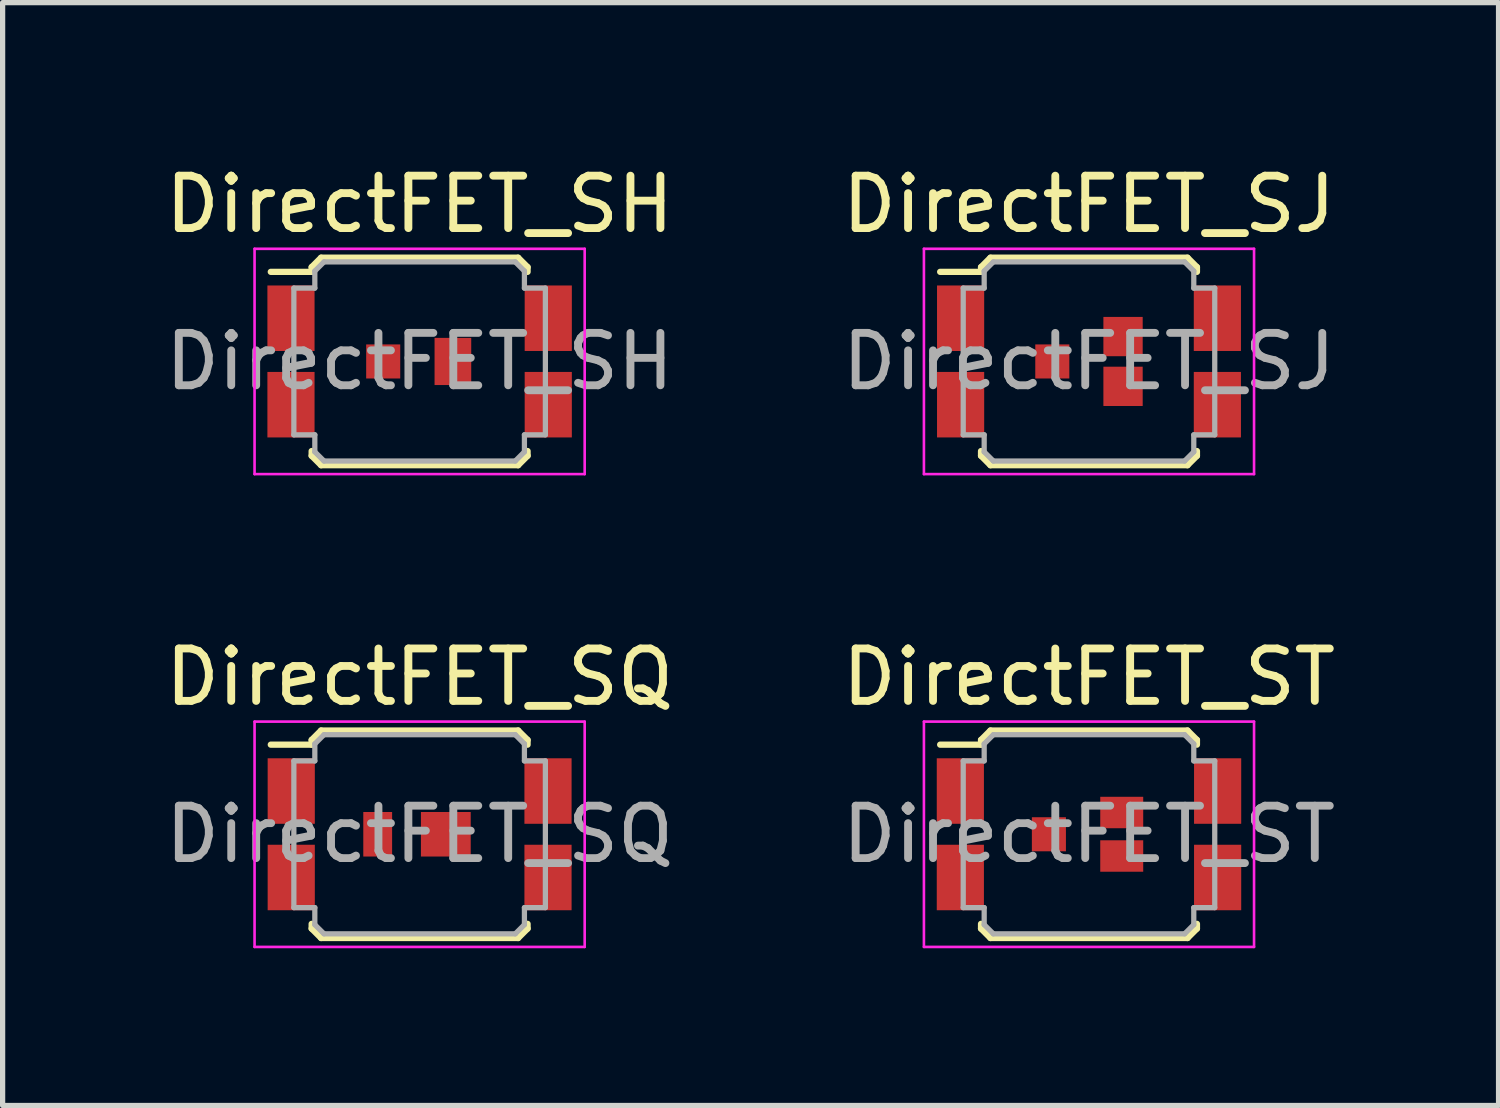
<source format=kicad_pcb>
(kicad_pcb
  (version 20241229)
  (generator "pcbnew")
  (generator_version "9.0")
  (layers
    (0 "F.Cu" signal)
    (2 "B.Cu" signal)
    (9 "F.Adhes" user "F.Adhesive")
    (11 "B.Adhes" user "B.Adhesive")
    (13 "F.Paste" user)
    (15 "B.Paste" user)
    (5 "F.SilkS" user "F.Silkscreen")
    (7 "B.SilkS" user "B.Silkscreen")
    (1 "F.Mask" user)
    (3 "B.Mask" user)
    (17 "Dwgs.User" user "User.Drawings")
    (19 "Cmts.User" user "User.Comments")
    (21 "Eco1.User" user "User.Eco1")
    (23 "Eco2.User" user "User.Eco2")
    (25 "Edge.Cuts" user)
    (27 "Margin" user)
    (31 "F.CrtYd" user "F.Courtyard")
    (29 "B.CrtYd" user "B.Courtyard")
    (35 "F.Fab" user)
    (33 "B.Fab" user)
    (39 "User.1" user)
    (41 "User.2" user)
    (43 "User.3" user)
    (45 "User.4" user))
  (footprint "DirectFET_ST"
    (layer "F.Cu")
    (at 17.732 12.871)
    (property "Reference" "DirectFET_ST" (at 0 -3 0) (layer "F.SilkS") (effects (font (size 1 1) (thickness 0.15))))
    (attr smd)
    (fp_line (start -2.84 -1.71) (end -2.06 -1.71) (stroke (width 0.12) (type solid)) (layer "F.SilkS"))
    (fp_line (start -2.06 -1.8) (end -1.88 -1.98) (stroke (width 0.12) (type solid)) (layer "F.SilkS"))
    (fp_line (start -2.06 -1.71) (end -2.06 -1.8) (stroke (width 0.12) (type solid)) (layer "F.SilkS"))
    (fp_line (start -2.06 1.71) (end -2.06 1.8) (stroke (width 0.12) (type solid)) (layer "F.SilkS"))
    (fp_line (start -2.06 1.8) (end -1.88 1.98) (stroke (width 0.12) (type solid)) (layer "F.SilkS"))
    (fp_line (start -1.88 -1.98) (end 1.88 -1.98) (stroke (width 0.12) (type solid)) (layer "F.SilkS"))
    (fp_line (start -1.88 1.98) (end 1.88 1.98) (stroke (width 0.12) (type solid)) (layer "F.SilkS"))
    (fp_line (start 2.06 -1.8) (end 1.88 -1.98) (stroke (width 0.12) (type solid)) (layer "F.SilkS"))
    (fp_line (start 2.06 -1.71) (end 2.06 -1.8) (stroke (width 0.12) (type solid)) (layer "F.SilkS"))
    (fp_line (start 2.06 1.71) (end 2.06 1.8) (stroke (width 0.12) (type solid)) (layer "F.SilkS"))
    (fp_line (start 2.06 1.8) (end 1.88 1.98) (stroke (width 0.12) (type solid)) (layer "F.SilkS"))
    (fp_line (start -3.15 -2.15) (end -3.15 2.15) (stroke (width 0.05) (type solid)) (layer "F.CrtYd"))
    (fp_line (start -3.15 -2.15) (end 3.15 -2.15) (stroke (width 0.05) (type solid)) (layer "F.CrtYd"))
    (fp_line (start -3.15 2.15) (end 3.15 2.15) (stroke (width 0.05) (type solid)) (layer "F.CrtYd"))
    (fp_line (start 3.15 -2.15) (end 3.15 2.15) (stroke (width 0.05) (type solid)) (layer "F.CrtYd"))
    (fp_line (start -2.4 -1.4) (end -2 -1.4) (stroke (width 0.1) (type solid)) (layer "F.Fab"))
    (fp_line (start -2.4 1.4) (end -2.4 -1.4) (stroke (width 0.1) (type solid)) (layer "F.Fab"))
    (fp_line (start -2.4 1.4) (end -2 1.4) (stroke (width 0.1) (type solid)) (layer "F.Fab"))
    (fp_line (start -2 -1.725) (end -1.825 -1.9) (stroke (width 0.1) (type solid)) (layer "F.Fab"))
    (fp_line (start -2 -1.4) (end -2 -1.725) (stroke (width 0.1) (type solid)) (layer "F.Fab"))
    (fp_line (start -2 1.4) (end -2 1.725) (stroke (width 0.1) (type solid)) (layer "F.Fab"))
    (fp_line (start -2 1.725) (end -1.825 1.9) (stroke (width 0.1) (type solid)) (layer "F.Fab"))
    (fp_line (start -1.825 -1.9) (end 1.825 -1.9) (stroke (width 0.1) (type solid)) (layer "F.Fab"))
    (fp_line (start -1.825 1.9) (end 1.825 1.9) (stroke (width 0.1) (type solid)) (layer "F.Fab"))
    (fp_line (start 1.825 -1.9) (end 2 -1.725) (stroke (width 0.1) (type solid)) (layer "F.Fab"))
    (fp_line (start 1.825 1.9) (end 2 1.725) (stroke (width 0.1) (type solid)) (layer "F.Fab"))
    (fp_line (start 2 -1.4) (end 2 -1.725) (stroke (width 0.1) (type solid)) (layer "F.Fab"))
    (fp_line (start 2 1.4) (end 2 1.725) (stroke (width 0.1) (type solid)) (layer "F.Fab"))
    (fp_line (start 2.4 -1.4) (end 2 -1.4) (stroke (width 0.1) (type solid)) (layer "F.Fab"))
    (fp_line (start 2.4 1.4) (end 2 1.4) (stroke (width 0.1) (type solid)) (layer "F.Fab"))
    (fp_line (start 2.4 1.4) (end 2.4 -1.4) (stroke (width 0.1) (type solid)) (layer "F.Fab"))
    (fp_text user "${REFERENCE}" (at 0 0 0) (layer "F.Fab") (effects (font (size 1 1) (thickness 0.15))))
    (pad "1" smd rect (at -2.455 -0.825) (size 0.9 1.25) (layers "F.Cu" "F.Mask" "F.Paste"))
    (pad "1" smd rect (at -2.455 0.825) (size 0.9 1.25) (layers "F.Cu" "F.Mask" "F.Paste"))
    (pad "1" smd rect (at 2.455 -0.825) (size 0.9 1.25) (layers "F.Cu" "F.Mask" "F.Paste"))
    (pad "1" smd rect (at 2.455 0.825) (size 0.9 1.25) (layers "F.Cu" "F.Mask" "F.Paste"))
    (pad "2" smd rect (at -0.765 0) (size 0.65 0.65) (layers "F.Cu" "F.Mask" "F.Paste"))
    (pad "3" smd rect (at 0.625 -0.415) (size 0.82 0.6) (layers "F.Cu" "F.Mask" "F.Paste"))
    (pad "3" smd rect (at 0.625 0.415) (size 0.82 0.6) (layers "F.Cu" "F.Mask" "F.Paste")))
  (footprint "DirectFET_SH"
    (layer "F.Cu")
    (at 4.958 3.848)
    (property "Reference" "DirectFET_SH" (at 0 -3 0) (layer "F.SilkS") (effects (font (size 1 1) (thickness 0.15))))
    (attr smd)
    (fp_line (start -2.84 -1.71) (end -2.06 -1.71) (stroke (width 0.12) (type solid)) (layer "F.SilkS"))
    (fp_line (start -2.06 -1.8) (end -1.88 -1.98) (stroke (width 0.12) (type solid)) (layer "F.SilkS"))
    (fp_line (start -2.06 -1.71) (end -2.06 -1.8) (stroke (width 0.12) (type solid)) (layer "F.SilkS"))
    (fp_line (start -2.06 1.71) (end -2.06 1.8) (stroke (width 0.12) (type solid)) (layer "F.SilkS"))
    (fp_line (start -2.06 1.8) (end -1.88 1.98) (stroke (width 0.12) (type solid)) (layer "F.SilkS"))
    (fp_line (start -1.88 -1.98) (end 1.88 -1.98) (stroke (width 0.12) (type solid)) (layer "F.SilkS"))
    (fp_line (start -1.88 1.98) (end 1.88 1.98) (stroke (width 0.12) (type solid)) (layer "F.SilkS"))
    (fp_line (start 2.06 -1.8) (end 1.88 -1.98) (stroke (width 0.12) (type solid)) (layer "F.SilkS"))
    (fp_line (start 2.06 -1.71) (end 2.06 -1.8) (stroke (width 0.12) (type solid)) (layer "F.SilkS"))
    (fp_line (start 2.06 1.71) (end 2.06 1.8) (stroke (width 0.12) (type solid)) (layer "F.SilkS"))
    (fp_line (start 2.06 1.8) (end 1.88 1.98) (stroke (width 0.12) (type solid)) (layer "F.SilkS"))
    (fp_line (start -3.15 -2.15) (end -3.15 2.15) (stroke (width 0.05) (type solid)) (layer "F.CrtYd"))
    (fp_line (start -3.15 -2.15) (end 3.15 -2.15) (stroke (width 0.05) (type solid)) (layer "F.CrtYd"))
    (fp_line (start -3.15 2.15) (end 3.15 2.15) (stroke (width 0.05) (type solid)) (layer "F.CrtYd"))
    (fp_line (start 3.15 -2.15) (end 3.15 2.15) (stroke (width 0.05) (type solid)) (layer "F.CrtYd"))
    (fp_line (start -2.4 -1.4) (end -2 -1.4) (stroke (width 0.1) (type solid)) (layer "F.Fab"))
    (fp_line (start -2.4 1.4) (end -2.4 -1.4) (stroke (width 0.1) (type solid)) (layer "F.Fab"))
    (fp_line (start -2.4 1.4) (end -2 1.4) (stroke (width 0.1) (type solid)) (layer "F.Fab"))
    (fp_line (start -2 -1.725) (end -1.825 -1.9) (stroke (width 0.1) (type solid)) (layer "F.Fab"))
    (fp_line (start -2 -1.4) (end -2 -1.725) (stroke (width 0.1) (type solid)) (layer "F.Fab"))
    (fp_line (start -2 1.4) (end -2 1.725) (stroke (width 0.1) (type solid)) (layer "F.Fab"))
    (fp_line (start -2 1.725) (end -1.825 1.9) (stroke (width 0.1) (type solid)) (layer "F.Fab"))
    (fp_line (start -1.825 -1.9) (end 1.825 -1.9) (stroke (width 0.1) (type solid)) (layer "F.Fab"))
    (fp_line (start -1.825 1.9) (end 1.825 1.9) (stroke (width 0.1) (type solid)) (layer "F.Fab"))
    (fp_line (start 1.825 -1.9) (end 2 -1.725) (stroke (width 0.1) (type solid)) (layer "F.Fab"))
    (fp_line (start 1.825 1.9) (end 2 1.725) (stroke (width 0.1) (type solid)) (layer "F.Fab"))
    (fp_line (start 2 -1.4) (end 2 -1.725) (stroke (width 0.1) (type solid)) (layer "F.Fab"))
    (fp_line (start 2 1.4) (end 2 1.725) (stroke (width 0.1) (type solid)) (layer "F.Fab"))
    (fp_line (start 2.4 -1.4) (end 2 -1.4) (stroke (width 0.1) (type solid)) (layer "F.Fab"))
    (fp_line (start 2.4 1.4) (end 2 1.4) (stroke (width 0.1) (type solid)) (layer "F.Fab"))
    (fp_line (start 2.4 1.4) (end 2.4 -1.4) (stroke (width 0.1) (type solid)) (layer "F.Fab"))
    (fp_text user "${REFERENCE}" (at 0 0 0) (layer "F.Fab") (effects (font (size 1 1) (thickness 0.15))))
    (pad "1" smd rect (at -2.455 -0.825) (size 0.9 1.25) (layers "F.Cu" "F.Mask" "F.Paste"))
    (pad "1" smd rect (at -2.455 0.825) (size 0.9 1.25) (layers "F.Cu" "F.Mask" "F.Paste"))
    (pad "1" smd rect (at 2.455 -0.825) (size 0.9 1.25) (layers "F.Cu" "F.Mask" "F.Paste"))
    (pad "1" smd rect (at 2.455 0.825) (size 0.9 1.25) (layers "F.Cu" "F.Mask" "F.Paste"))
    (pad "2" smd rect (at -0.695 0) (size 0.65 0.65) (layers "F.Cu" "F.Mask" "F.Paste"))
    (pad "3" smd rect (at 0.635 0) (size 0.7 0.9) (layers "F.Cu" "F.Mask" "F.Paste")))
  (footprint "DirectFET_SJ"
    (layer "F.Cu")
    (at 17.732 3.848)
    (property "Reference" "DirectFET_SJ" (at 0 -3 0) (layer "F.SilkS") (effects (font (size 1 1) (thickness 0.15))))
    (attr smd)
    (fp_line (start -2.84 -1.71) (end -2.06 -1.71) (stroke (width 0.12) (type solid)) (layer "F.SilkS"))
    (fp_line (start -2.06 -1.8) (end -1.88 -1.98) (stroke (width 0.12) (type solid)) (layer "F.SilkS"))
    (fp_line (start -2.06 -1.71) (end -2.06 -1.8) (stroke (width 0.12) (type solid)) (layer "F.SilkS"))
    (fp_line (start -2.06 1.71) (end -2.06 1.8) (stroke (width 0.12) (type solid)) (layer "F.SilkS"))
    (fp_line (start -2.06 1.8) (end -1.88 1.98) (stroke (width 0.12) (type solid)) (layer "F.SilkS"))
    (fp_line (start -1.88 -1.98) (end 1.88 -1.98) (stroke (width 0.12) (type solid)) (layer "F.SilkS"))
    (fp_line (start -1.88 1.98) (end 1.88 1.98) (stroke (width 0.12) (type solid)) (layer "F.SilkS"))
    (fp_line (start 2.06 -1.8) (end 1.88 -1.98) (stroke (width 0.12) (type solid)) (layer "F.SilkS"))
    (fp_line (start 2.06 -1.71) (end 2.06 -1.8) (stroke (width 0.12) (type solid)) (layer "F.SilkS"))
    (fp_line (start 2.06 1.71) (end 2.06 1.8) (stroke (width 0.12) (type solid)) (layer "F.SilkS"))
    (fp_line (start 2.06 1.8) (end 1.88 1.98) (stroke (width 0.12) (type solid)) (layer "F.SilkS"))
    (fp_line (start -3.15 -2.15) (end -3.15 2.15) (stroke (width 0.05) (type solid)) (layer "F.CrtYd"))
    (fp_line (start -3.15 -2.15) (end 3.15 -2.15) (stroke (width 0.05) (type solid)) (layer "F.CrtYd"))
    (fp_line (start -3.15 2.15) (end 3.15 2.15) (stroke (width 0.05) (type solid)) (layer "F.CrtYd"))
    (fp_line (start 3.15 -2.15) (end 3.15 2.15) (stroke (width 0.05) (type solid)) (layer "F.CrtYd"))
    (fp_line (start -2.4 -1.4) (end -2 -1.4) (stroke (width 0.1) (type solid)) (layer "F.Fab"))
    (fp_line (start -2.4 1.4) (end -2.4 -1.4) (stroke (width 0.1) (type solid)) (layer "F.Fab"))
    (fp_line (start -2.4 1.4) (end -2 1.4) (stroke (width 0.1) (type solid)) (layer "F.Fab"))
    (fp_line (start -2 -1.725) (end -1.825 -1.9) (stroke (width 0.1) (type solid)) (layer "F.Fab"))
    (fp_line (start -2 -1.4) (end -2 -1.725) (stroke (width 0.1) (type solid)) (layer "F.Fab"))
    (fp_line (start -2 1.4) (end -2 1.725) (stroke (width 0.1) (type solid)) (layer "F.Fab"))
    (fp_line (start -2 1.725) (end -1.825 1.9) (stroke (width 0.1) (type solid)) (layer "F.Fab"))
    (fp_line (start -1.825 -1.9) (end 1.825 -1.9) (stroke (width 0.1) (type solid)) (layer "F.Fab"))
    (fp_line (start -1.825 1.9) (end 1.825 1.9) (stroke (width 0.1) (type solid)) (layer "F.Fab"))
    (fp_line (start 1.825 -1.9) (end 2 -1.725) (stroke (width 0.1) (type solid)) (layer "F.Fab"))
    (fp_line (start 1.825 1.9) (end 2 1.725) (stroke (width 0.1) (type solid)) (layer "F.Fab"))
    (fp_line (start 2 -1.4) (end 2 -1.725) (stroke (width 0.1) (type solid)) (layer "F.Fab"))
    (fp_line (start 2 1.4) (end 2 1.725) (stroke (width 0.1) (type solid)) (layer "F.Fab"))
    (fp_line (start 2.4 -1.4) (end 2 -1.4) (stroke (width 0.1) (type solid)) (layer "F.Fab"))
    (fp_line (start 2.4 1.4) (end 2 1.4) (stroke (width 0.1) (type solid)) (layer "F.Fab"))
    (fp_line (start 2.4 1.4) (end 2.4 -1.4) (stroke (width 0.1) (type solid)) (layer "F.Fab"))
    (fp_text user "${REFERENCE}" (at 0 0 0) (layer "F.Fab") (effects (font (size 1 1) (thickness 0.15))))
    (pad "1" smd rect (at -2.45 -0.825) (size 0.9 1.25) (layers "F.Cu" "F.Mask" "F.Paste"))
    (pad "1" smd rect (at -2.45 0.825) (size 0.9 1.25) (layers "F.Cu" "F.Mask" "F.Paste"))
    (pad "1" smd rect (at 2.45 -0.825) (size 0.9 1.25) (layers "F.Cu" "F.Mask" "F.Paste"))
    (pad "1" smd rect (at 2.45 0.825) (size 0.9 1.25) (layers "F.Cu" "F.Mask" "F.Paste"))
    (pad "2" smd rect (at -0.7 0) (size 0.65 0.65) (layers "F.Cu" "F.Mask" "F.Paste"))
    (pad "3" smd rect (at 0.65 -0.475) (size 0.75 0.75) (layers "F.Cu" "F.Mask" "F.Paste"))
    (pad "3" smd rect (at 0.65 0.475) (size 0.75 0.75) (layers "F.Cu" "F.Mask" "F.Paste")))
  (footprint "DirectFET_SQ"
    (layer "F.Cu")
    (at 4.958 12.871)
    (property "Reference" "DirectFET_SQ" (at 0 -3 0) (layer "F.SilkS") (effects (font (size 1 1) (thickness 0.15))))
    (attr smd)
    (fp_line (start -2.84 -1.71) (end -2.06 -1.71) (stroke (width 0.12) (type solid)) (layer "F.SilkS"))
    (fp_line (start -2.06 -1.8) (end -1.88 -1.98) (stroke (width 0.12) (type solid)) (layer "F.SilkS"))
    (fp_line (start -2.06 -1.71) (end -2.06 -1.8) (stroke (width 0.12) (type solid)) (layer "F.SilkS"))
    (fp_line (start -2.06 1.71) (end -2.06 1.8) (stroke (width 0.12) (type solid)) (layer "F.SilkS"))
    (fp_line (start -2.06 1.8) (end -1.88 1.98) (stroke (width 0.12) (type solid)) (layer "F.SilkS"))
    (fp_line (start -1.88 -1.98) (end 1.88 -1.98) (stroke (width 0.12) (type solid)) (layer "F.SilkS"))
    (fp_line (start -1.88 1.98) (end 1.88 1.98) (stroke (width 0.12) (type solid)) (layer "F.SilkS"))
    (fp_line (start 2.06 -1.8) (end 1.88 -1.98) (stroke (width 0.12) (type solid)) (layer "F.SilkS"))
    (fp_line (start 2.06 -1.71) (end 2.06 -1.8) (stroke (width 0.12) (type solid)) (layer "F.SilkS"))
    (fp_line (start 2.06 1.71) (end 2.06 1.8) (stroke (width 0.12) (type solid)) (layer "F.SilkS"))
    (fp_line (start 2.06 1.8) (end 1.88 1.98) (stroke (width 0.12) (type solid)) (layer "F.SilkS"))
    (fp_line (start -3.15 -2.15) (end -3.15 2.15) (stroke (width 0.05) (type solid)) (layer "F.CrtYd"))
    (fp_line (start -3.15 -2.15) (end 3.15 -2.15) (stroke (width 0.05) (type solid)) (layer "F.CrtYd"))
    (fp_line (start -3.15 2.15) (end 3.15 2.15) (stroke (width 0.05) (type solid)) (layer "F.CrtYd"))
    (fp_line (start 3.15 -2.15) (end 3.15 2.15) (stroke (width 0.05) (type solid)) (layer "F.CrtYd"))
    (fp_line (start -2.4 -1.4) (end -2 -1.4) (stroke (width 0.1) (type solid)) (layer "F.Fab"))
    (fp_line (start -2.4 1.4) (end -2.4 -1.4) (stroke (width 0.1) (type solid)) (layer "F.Fab"))
    (fp_line (start -2.4 1.4) (end -2 1.4) (stroke (width 0.1) (type solid)) (layer "F.Fab"))
    (fp_line (start -2 -1.725) (end -1.825 -1.9) (stroke (width 0.1) (type solid)) (layer "F.Fab"))
    (fp_line (start -2 -1.4) (end -2 -1.725) (stroke (width 0.1) (type solid)) (layer "F.Fab"))
    (fp_line (start -2 1.4) (end -2 1.725) (stroke (width 0.1) (type solid)) (layer "F.Fab"))
    (fp_line (start -2 1.725) (end -1.825 1.9) (stroke (width 0.1) (type solid)) (layer "F.Fab"))
    (fp_line (start -1.825 -1.9) (end 1.825 -1.9) (stroke (width 0.1) (type solid)) (layer "F.Fab"))
    (fp_line (start -1.825 1.9) (end 1.825 1.9) (stroke (width 0.1) (type solid)) (layer "F.Fab"))
    (fp_line (start 1.825 -1.9) (end 2 -1.725) (stroke (width 0.1) (type solid)) (layer "F.Fab"))
    (fp_line (start 1.825 1.9) (end 2 1.725) (stroke (width 0.1) (type solid)) (layer "F.Fab"))
    (fp_line (start 2 -1.4) (end 2 -1.725) (stroke (width 0.1) (type solid)) (layer "F.Fab"))
    (fp_line (start 2 1.4) (end 2 1.725) (stroke (width 0.1) (type solid)) (layer "F.Fab"))
    (fp_line (start 2.4 -1.4) (end 2 -1.4) (stroke (width 0.1) (type solid)) (layer "F.Fab"))
    (fp_line (start 2.4 1.4) (end 2 1.4) (stroke (width 0.1) (type solid)) (layer "F.Fab"))
    (fp_line (start 2.4 1.4) (end 2.4 -1.4) (stroke (width 0.1) (type solid)) (layer "F.Fab"))
    (fp_text user "${REFERENCE}" (at 0 0 0) (layer "F.Fab") (effects (font (size 1 1) (thickness 0.15))))
    (pad "1" smd rect (at -2.45 -0.825) (size 0.9 1.25) (layers "F.Cu" "F.Mask" "F.Paste"))
    (pad "1" smd rect (at -2.45 0.825) (size 0.9 1.25) (layers "F.Cu" "F.Mask" "F.Paste"))
    (pad "1" smd rect (at 2.45 -0.825) (size 0.9 1.25) (layers "F.Cu" "F.Mask" "F.Paste"))
    (pad "1" smd rect (at 2.45 0.825) (size 0.9 1.25) (layers "F.Cu" "F.Mask" "F.Paste"))
    (pad "2" smd rect (at -0.8 0) (size 0.55 0.85) (layers "F.Cu" "F.Mask" "F.Paste"))
    (pad "3" smd rect (at 0.5 0) (size 0.95 0.85) (layers "F.Cu" "F.Mask" "F.Paste")))
  (gr_rect
    (start -3 -3)
    (end 25.548 18.047)
    (stroke (width 0.1) (type default))
    (fill no)
    (layer "Edge.Cuts")))
</source>
